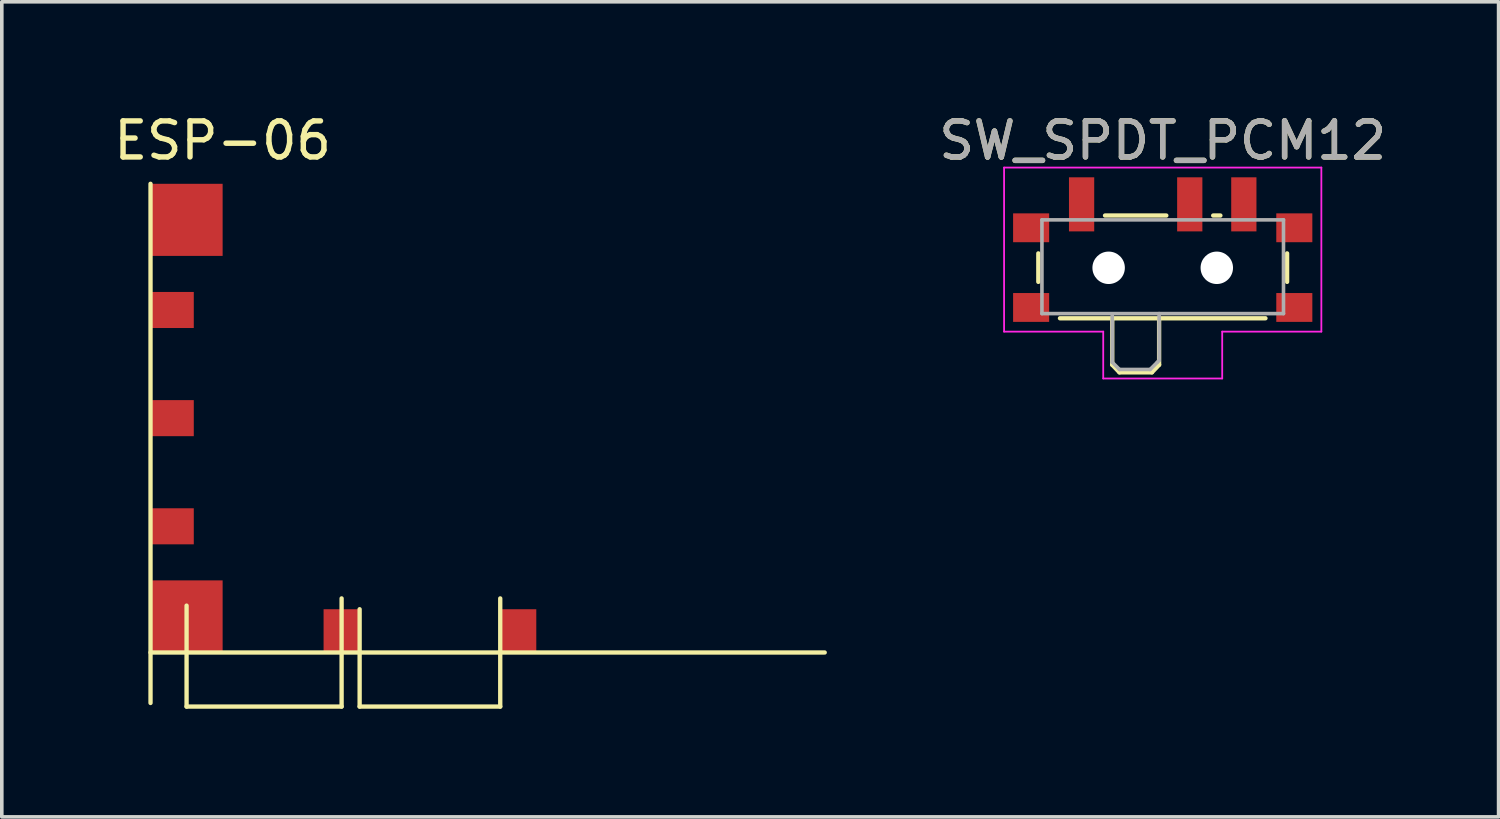
<source format=kicad_pcb>
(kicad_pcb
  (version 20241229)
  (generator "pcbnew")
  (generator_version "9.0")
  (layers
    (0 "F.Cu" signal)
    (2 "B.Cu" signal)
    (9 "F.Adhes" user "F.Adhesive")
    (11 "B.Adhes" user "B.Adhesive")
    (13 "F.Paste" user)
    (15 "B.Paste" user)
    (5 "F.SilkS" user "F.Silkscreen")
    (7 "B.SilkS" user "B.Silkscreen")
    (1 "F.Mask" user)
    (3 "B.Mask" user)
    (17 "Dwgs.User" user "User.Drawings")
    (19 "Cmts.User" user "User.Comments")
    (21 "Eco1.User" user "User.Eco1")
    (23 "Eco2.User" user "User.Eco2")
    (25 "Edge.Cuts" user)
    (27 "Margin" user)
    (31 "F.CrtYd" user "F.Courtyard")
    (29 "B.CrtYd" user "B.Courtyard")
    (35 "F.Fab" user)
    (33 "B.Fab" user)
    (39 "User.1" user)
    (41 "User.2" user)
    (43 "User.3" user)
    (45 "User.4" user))
  (footprint "ESP-06"
    (layer "F.Cu")
    (at 3.125 0.348)
    (property "Reference" "ESP-06" (at 0 0.5 0) (layer "F.SilkS") (effects (font (size 1 1) (thickness 0.15))))
    (attr through_hole)
    (fp_line (start -2 1.7) (end -2 16.1) (stroke (width 0.12) (type solid)) (layer "F.SilkS"))
    (fp_line (start -2 14.7) (end 16.7 14.7) (stroke (width 0.12) (type solid)) (layer "F.SilkS"))
    (fp_line (start -1 13.4) (end -1 16.2) (stroke (width 0.12) (type solid)) (layer "F.SilkS"))
    (fp_line (start -1 16.2) (end 3.3 16.2) (stroke (width 0.12) (type solid)) (layer "F.SilkS"))
    (fp_line (start 3.3 16.2) (end 3.3 13.2) (stroke (width 0.12) (type solid)) (layer "F.SilkS"))
    (fp_line (start 3.8 13.5) (end 3.8 16.2) (stroke (width 0.12) (type solid)) (layer "F.SilkS"))
    (fp_line (start 3.8 16.2) (end 7.7 16.2) (stroke (width 0.12) (type solid)) (layer "F.SilkS"))
    (fp_line (start 7.7 16.2) (end 7.7 13.2) (stroke (width 0.12) (type solid)) (layer "F.SilkS"))
    (pad "1" smd rect (at -1 2.7) (size 2 2) (layers "F.Cu" "F.Mask" "F.Paste"))
    (pad "2" smd rect (at -1.4 5.2) (size 1.2 1) (layers "F.Cu" "F.Mask" "F.Paste"))
    (pad "2" smd rect (at -1.4 8.2) (size 1.2 1) (layers "F.Cu" "F.Mask" "F.Paste"))
    (pad "2" smd rect (at -1.4 11.2) (size 1.2 1) (layers "F.Cu" "F.Mask" "F.Paste"))
    (pad "2" smd rect (at 3.3 14.1 90) (size 1.2 1) (layers "F.Cu" "F.Mask" "F.Paste"))
    (pad "2" smd rect (at 8.2 14.1 90) (size 1.2 1) (layers "F.Cu" "F.Mask" "F.Paste"))
    (pad "3" smd rect (at -1 13.7) (size 2 2) (layers "F.Cu" "F.Mask" "F.Paste")))
  (footprint "SW_SPDT_PCM12"
    (layer "F.Cu")
    (at 29.2 4.048)
    (property "Reference" "SW_SPDT_PCM12" (at 0 -3.2 0) (layer "F.SilkS") (effects (font (size 1 1) (thickness 0.15))))
    (attr smd)
    (fp_line (start -3.45 -0.07) (end -3.45 0.72) (stroke (width 0.12) (type solid)) (layer "F.SilkS"))
    (fp_line (start -2.85 1.73) (end 2.85 1.73) (stroke (width 0.12) (type solid)) (layer "F.SilkS"))
    (fp_line (start -1.6 -1.12) (end 0.1 -1.12) (stroke (width 0.12) (type solid)) (layer "F.SilkS"))
    (fp_line (start -1.4 1.73) (end -1.4 3.02) (stroke (width 0.12) (type solid)) (layer "F.SilkS"))
    (fp_line (start -1.4 3.02) (end -1.2 3.23) (stroke (width 0.12) (type solid)) (layer "F.SilkS"))
    (fp_line (start -1.2 3.23) (end -0.3 3.23) (stroke (width 0.12) (type solid)) (layer "F.SilkS"))
    (fp_line (start -0.1 3.02) (end -0.3 3.23) (stroke (width 0.12) (type solid)) (layer "F.SilkS"))
    (fp_line (start -0.1 3.02) (end -0.1 1.73) (stroke (width 0.12) (type solid)) (layer "F.SilkS"))
    (fp_line (start 1.4 -1.12) (end 1.6 -1.12) (stroke (width 0.12) (type solid)) (layer "F.SilkS"))
    (fp_line (start 3.45 0.72) (end 3.45 -0.07) (stroke (width 0.12) (type solid)) (layer "F.SilkS"))
    (fp_line (start -4.4 -2.45) (end 4.4 -2.45) (stroke (width 0.05) (type solid)) (layer "F.CrtYd"))
    (fp_line (start -4.4 2.1) (end -4.4 -2.45) (stroke (width 0.05) (type solid)) (layer "F.CrtYd"))
    (fp_line (start -1.65 2.1) (end -4.4 2.1) (stroke (width 0.05) (type solid)) (layer "F.CrtYd"))
    (fp_line (start -1.65 3.4) (end -1.65 2.1) (stroke (width 0.05) (type solid)) (layer "F.CrtYd"))
    (fp_line (start 1.65 2.1) (end 1.65 3.4) (stroke (width 0.05) (type solid)) (layer "F.CrtYd"))
    (fp_line (start 1.65 3.4) (end -1.65 3.4) (stroke (width 0.05) (type solid)) (layer "F.CrtYd"))
    (fp_line (start 4.4 -2.45) (end 4.4 2.1) (stroke (width 0.05) (type solid)) (layer "F.CrtYd"))
    (fp_line (start 4.4 2.1) (end 1.65 2.1) (stroke (width 0.05) (type solid)) (layer "F.CrtYd"))
    (fp_line (start -3.35 -1) (end -3.35 1.6) (stroke (width 0.1) (type solid)) (layer "F.Fab"))
    (fp_line (start -3.35 1.6) (end 3.35 1.6) (stroke (width 0.1) (type solid)) (layer "F.Fab"))
    (fp_line (start -1.4 1.65) (end -1.4 2.95) (stroke (width 0.1) (type solid)) (layer "F.Fab"))
    (fp_line (start -1.4 2.95) (end -1.2 3.15) (stroke (width 0.1) (type solid)) (layer "F.Fab"))
    (fp_line (start -1.2 3.15) (end -0.35 3.15) (stroke (width 0.1) (type solid)) (layer "F.Fab"))
    (fp_line (start -0.35 3.15) (end -0.15 2.95) (stroke (width 0.1) (type solid)) (layer "F.Fab"))
    (fp_line (start -0.15 2.95) (end -0.1 2.9) (stroke (width 0.1) (type solid)) (layer "F.Fab"))
    (fp_line (start -0.1 2.9) (end -0.1 1.6) (stroke (width 0.1) (type solid)) (layer "F.Fab"))
    (fp_line (start 3.35 -1) (end -3.35 -1) (stroke (width 0.1) (type solid)) (layer "F.Fab"))
    (fp_line (start 3.35 1.6) (end 3.35 -1) (stroke (width 0.1) (type solid)) (layer "F.Fab"))
    (fp_text user "${REFERENCE}" (at 0 -3.2 0) (layer "F.Fab") (effects (font (size 1 1) (thickness 0.15))))
    (pad "" np_thru_hole circle (at -1.5 0.33) (size 0.9 0.9) (drill 0.9) (layers "*.Cu" "*.Mask"))
    (pad "" np_thru_hole circle (at 1.5 0.33) (size 0.9 0.9) (drill 0.9) (layers "*.Cu" "*.Mask"))
    (pad "1" smd rect (at -2.25 -1.43) (size 0.7 1.5) (layers "F.Cu" "F.Mask" "F.Paste"))
    (pad "2" smd rect (at 0.75 -1.43) (size 0.7 1.5) (layers "F.Cu" "F.Mask" "F.Paste"))
    (pad "3" smd rect (at -3.65 -0.78) (size 1 0.8) (layers "F.Cu" "F.Mask" "F.Paste"))
    (pad "3" smd rect (at -3.65 1.43) (size 1 0.8) (layers "F.Cu" "F.Mask" "F.Paste"))
    (pad "3" smd rect (at 2.25 -1.43) (size 0.7 1.5) (layers "F.Cu" "F.Mask" "F.Paste"))
    (pad "3" smd rect (at 3.65 -0.78) (size 1 0.8) (layers "F.Cu" "F.Mask" "F.Paste"))
    (pad "3" smd rect (at 3.65 1.43) (size 1 0.8) (layers "F.Cu" "F.Mask" "F.Paste")))
  (gr_rect
    (start -3 -3)
    (end 38.516 19.608)
    (stroke (width 0.1) (type default))
    (fill no)
    (layer "Edge.Cuts")))
</source>
